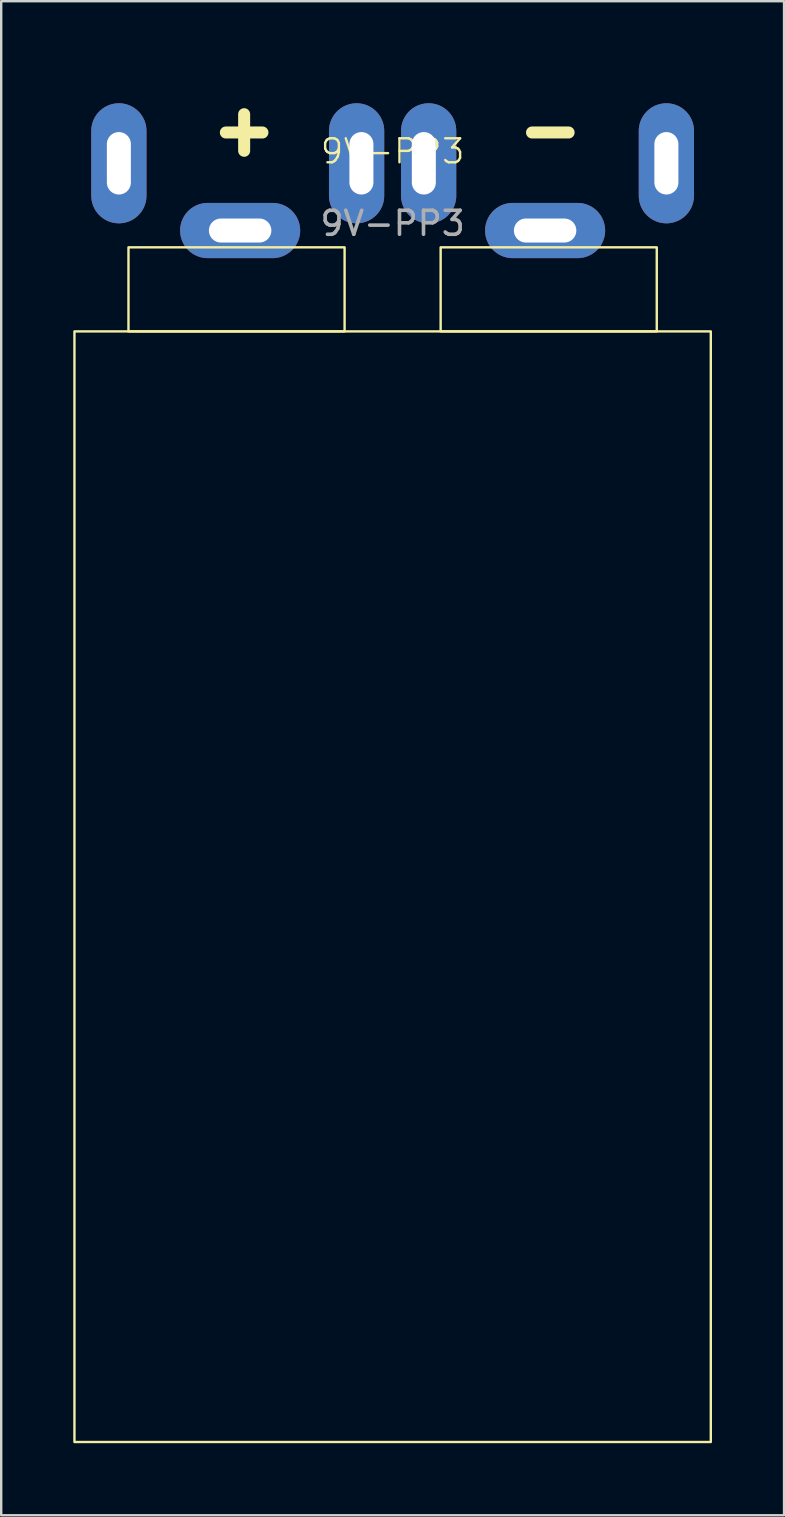
<source format=kicad_pcb>
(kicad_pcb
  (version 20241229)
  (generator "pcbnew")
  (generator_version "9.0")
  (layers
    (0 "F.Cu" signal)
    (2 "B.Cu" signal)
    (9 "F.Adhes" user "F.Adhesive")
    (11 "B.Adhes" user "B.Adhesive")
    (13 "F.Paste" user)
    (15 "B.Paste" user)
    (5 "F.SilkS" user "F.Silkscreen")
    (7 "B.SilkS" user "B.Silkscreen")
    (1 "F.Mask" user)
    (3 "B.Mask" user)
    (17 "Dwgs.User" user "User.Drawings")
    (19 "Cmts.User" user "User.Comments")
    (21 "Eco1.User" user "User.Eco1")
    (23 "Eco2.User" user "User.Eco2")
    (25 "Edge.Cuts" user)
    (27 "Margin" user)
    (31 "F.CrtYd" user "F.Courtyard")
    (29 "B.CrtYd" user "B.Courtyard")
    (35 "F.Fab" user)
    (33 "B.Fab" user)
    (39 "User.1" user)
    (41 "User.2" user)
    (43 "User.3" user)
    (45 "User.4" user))
  (footprint "9V-PP3"
    (layer "F.Cu")
    (at 13.3 3.75)
    (property "Reference" "9V-PP3" (at 0 -0.5 0) (unlocked yes) (layer "F.SilkS") (effects (font (size 1 1) (thickness 0.1))))
    (attr through_hole)
    (fp_rect (start -13.25 7) (end 13.25 53.25) (stroke (width 0.1) (type default)) (fill no) (layer "F.SilkS"))
    (fp_rect (start -11 3.5) (end -2 7) (stroke (width 0.1) (type default)) (fill no) (layer "F.SilkS"))
    (fp_rect (start 2 3.5) (end 11 7) (stroke (width 0.1) (type default)) (fill no) (layer "F.SilkS"))
    (fp_text user "+" (at -7.75 -0.25 0) (unlocked yes) (layer "F.SilkS") (effects (font (size 2 2) (thickness 0.5) (bold yes)) (justify left bottom)))
    (fp_text user "-" (at 5 -0.25 0) (unlocked yes) (layer "F.SilkS") (effects (font (size 2 2) (thickness 0.5) (bold yes)) (justify left bottom)))
    (fp_text user "${REFERENCE}" (at 0 2.5 0) (unlocked yes) (layer "F.Fab") (effects (font (size 1 1) (thickness 0.15))))
    (pad "1" thru_hole oval (at -11.4 0) (size 2.3 5) (drill oval 1 2.6) (layers "*.Cu" "*.Mask"))
    (pad "1" thru_hole oval (at -6.35 2.8 90) (size 2.3 5) (drill oval 1 2.6) (layers "*.Cu" "*.Mask"))
    (pad "1" thru_hole oval (at -1.3 0) (size 2.3 5) (drill oval 1 2.6 (offset -0.2 0)) (layers "*.Cu" "*.Mask"))
    (pad "2" thru_hole oval (at 1.3 0) (size 2.3 5) (drill oval 1 2.6 (offset 0.2 0)) (layers "*.Cu" "*.Mask"))
    (pad "2" thru_hole oval (at 6.35 2.8 90) (size 2.3 5) (drill oval 1 2.6) (layers "*.Cu" "*.Mask"))
    (pad "2" thru_hole oval (at 11.4 0) (size 2.3 5) (drill oval 1 2.6) (layers "*.Cu" "*.Mask")))
  (gr_rect
    (start -3 -3)
    (end 29.6 60.05)
    (stroke (width 0.1) (type default))
    (fill no)
    (layer "Edge.Cuts")))
</source>
